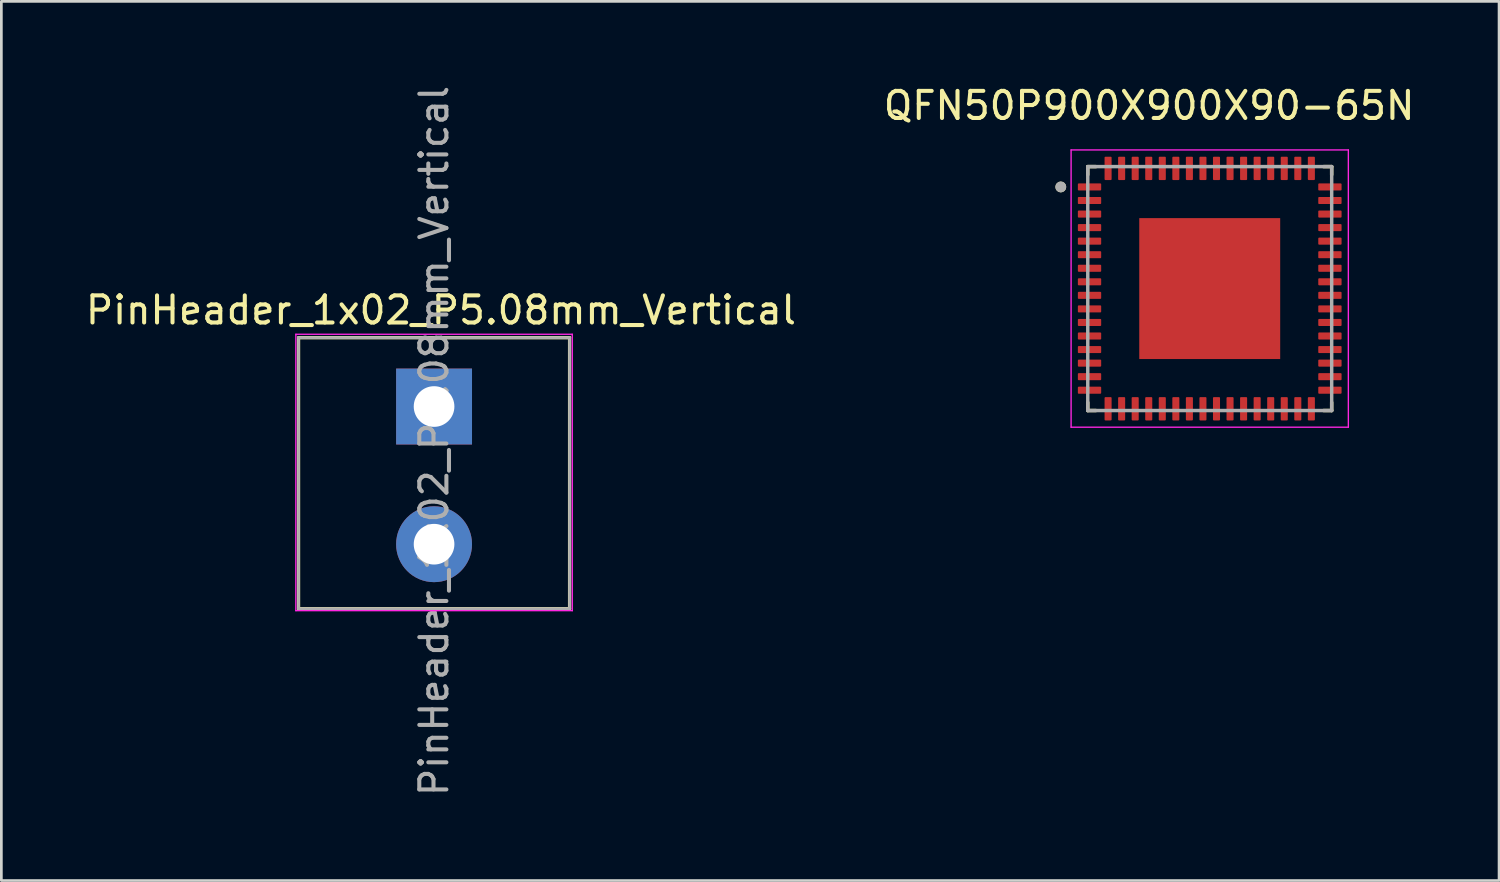
<source format=kicad_pcb>
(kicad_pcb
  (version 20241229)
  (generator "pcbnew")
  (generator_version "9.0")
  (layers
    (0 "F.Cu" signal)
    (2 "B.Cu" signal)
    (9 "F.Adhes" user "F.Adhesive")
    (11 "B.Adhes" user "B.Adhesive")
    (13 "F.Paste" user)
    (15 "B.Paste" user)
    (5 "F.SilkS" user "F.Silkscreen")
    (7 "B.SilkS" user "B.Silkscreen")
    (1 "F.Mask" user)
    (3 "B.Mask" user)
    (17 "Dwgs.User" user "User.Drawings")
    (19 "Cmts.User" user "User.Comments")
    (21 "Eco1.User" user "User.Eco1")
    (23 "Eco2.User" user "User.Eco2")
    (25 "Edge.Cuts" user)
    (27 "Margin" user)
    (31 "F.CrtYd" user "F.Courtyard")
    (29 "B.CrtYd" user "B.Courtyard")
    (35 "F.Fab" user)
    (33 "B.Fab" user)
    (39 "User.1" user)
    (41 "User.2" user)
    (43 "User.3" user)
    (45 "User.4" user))
  (footprint "PinHeader_1x02_P5.08mm_Vertical"
    (layer "F.Cu")
    (at 12.966 11.95)
    (property "Reference" "PinHeader_1x02_P5.08mm_Vertical" (at 0.254 -3.556 0) (layer "F.SilkS") (effects (font (size 1 1) (thickness 0.15))))
    (attr through_hole)
    (fp_line (start -5 -2.54) (end -5 7.46) (stroke (width 0.12) (type solid)) (layer "F.SilkS"))
    (fp_line (start -5 -2.54) (end 5 -2.54) (stroke (width 0.12) (type solid)) (layer "F.SilkS"))
    (fp_line (start -5 7.46) (end 5 7.46) (stroke (width 0.12) (type solid)) (layer "F.SilkS"))
    (fp_line (start 5 -2.54) (end 5 7.46) (stroke (width 0.12) (type solid)) (layer "F.SilkS"))
    (fp_line (start -5.1 -2.667) (end -5.1 7.533) (stroke (width 0.05) (type solid)) (layer "F.CrtYd"))
    (fp_line (start -5.1 7.533) (end 5.1 7.533) (stroke (width 0.05) (type solid)) (layer "F.CrtYd"))
    (fp_line (start 5.1 -2.667) (end -5.1 -2.667) (stroke (width 0.05) (type solid)) (layer "F.CrtYd"))
    (fp_line (start 5.1 7.533) (end 5.1 -2.667) (stroke (width 0.05) (type solid)) (layer "F.CrtYd"))
    (fp_line (start -5 -2.54) (end 5 -2.54) (stroke (width 0.1) (type solid)) (layer "F.Fab"))
    (fp_line (start -5 7.46) (end -5 -2.54) (stroke (width 0.1) (type solid)) (layer "F.Fab"))
    (fp_line (start 5 -2.54) (end 5 7.46) (stroke (width 0.1) (type solid)) (layer "F.Fab"))
    (fp_line (start 5 7.46) (end -5 7.46) (stroke (width 0.1) (type solid)) (layer "F.Fab"))
    (fp_text user "${REFERENCE}" (at 0 1.27 90) (layer "F.Fab") (effects (font (size 1 1) (thickness 0.15))))
    (pad "1" thru_hole rect (at 0 0) (size 2.8 2.8) (drill 1.5) (layers "*.Cu" "*.Mask"))
    (pad "2" thru_hole oval (at 0 5.08) (size 2.8 2.8) (drill 1.5) (layers "*.Cu" "*.Mask")))
  (footprint "QFN50P900X900X90-65N"
    (layer "F.Cu")
    (at 41.586 7.598)
    (property "Reference" "QFN50P900X900X90-65N" (at -2.235 -6.75 0) (layer "F.SilkS") (effects (font (size 1 1) (thickness 0.15))))
    (attr smd)
    (fp_line (start -4.5 -4.5) (end -4.5 -4.2) (stroke (width 0.127) (type solid)) (layer "F.SilkS"))
    (fp_line (start -4.5 -4.5) (end -4.2 -4.5) (stroke (width 0.127) (type solid)) (layer "F.SilkS"))
    (fp_line (start -4.5 4.5) (end -4.5 4.2) (stroke (width 0.127) (type solid)) (layer "F.SilkS"))
    (fp_line (start -4.5 4.5) (end -4.2 4.5) (stroke (width 0.127) (type solid)) (layer "F.SilkS"))
    (fp_line (start 4.5 -4.5) (end 4.2 -4.5) (stroke (width 0.127) (type solid)) (layer "F.SilkS"))
    (fp_line (start 4.5 -4.5) (end 4.5 -4.2) (stroke (width 0.127) (type solid)) (layer "F.SilkS"))
    (fp_line (start 4.5 4.5) (end 4.2 4.5) (stroke (width 0.127) (type solid)) (layer "F.SilkS"))
    (fp_line (start 4.5 4.5) (end 4.5 4.2) (stroke (width 0.127) (type solid)) (layer "F.SilkS"))
    (fp_circle (center -5.495 -3.75) (end -5.395 -3.75) (stroke (width 0.2) (type solid)) (fill no) (layer "F.SilkS"))
    (fp_poly (pts (xy -2.12 -2.12) (xy -0.48 -2.12) (xy -0.48 -0.48) (xy -2.12 -0.48)) (stroke (width 0.01) (type solid)) (fill yes) (layer "F.Paste"))
    (fp_poly (pts (xy -2.12 0.48) (xy -0.48 0.48) (xy -0.48 2.12) (xy -2.12 2.12)) (stroke (width 0.01) (type solid)) (fill yes) (layer "F.Paste"))
    (fp_poly (pts (xy 0.48 -2.12) (xy 2.12 -2.12) (xy 2.12 -0.48) (xy 0.48 -0.48)) (stroke (width 0.01) (type solid)) (fill yes) (layer "F.Paste"))
    (fp_poly (pts (xy 0.48 0.48) (xy 2.12 0.48) (xy 2.12 2.12) (xy 0.48 2.12)) (stroke (width 0.01) (type solid)) (fill yes) (layer "F.Paste"))
    (fp_line (start -5.115 -5.115) (end 5.115 -5.115) (stroke (width 0.05) (type solid)) (layer "F.CrtYd"))
    (fp_line (start -5.115 5.115) (end -5.115 -5.115) (stroke (width 0.05) (type solid)) (layer "F.CrtYd"))
    (fp_line (start -5.115 5.115) (end 5.115 5.115) (stroke (width 0.05) (type solid)) (layer "F.CrtYd"))
    (fp_line (start 5.115 5.115) (end 5.115 -5.115) (stroke (width 0.05) (type solid)) (layer "F.CrtYd"))
    (fp_line (start -4.5 4.5) (end -4.5 -4.5) (stroke (width 0.127) (type solid)) (layer "F.Fab"))
    (fp_line (start 4.5 -4.5) (end -4.5 -4.5) (stroke (width 0.127) (type solid)) (layer "F.Fab"))
    (fp_line (start 4.5 4.5) (end -4.5 4.5) (stroke (width 0.127) (type solid)) (layer "F.Fab"))
    (fp_line (start 4.5 4.5) (end 4.5 -4.5) (stroke (width 0.127) (type solid)) (layer "F.Fab"))
    (fp_circle (center -5.495 -3.75) (end -5.395 -3.75) (stroke (width 0.2) (type solid)) (fill no) (layer "F.Fab"))
    (pad "1" smd roundrect (at -4.435 -3.75) (size 0.86 0.26) (layers "F.Cu" "F.Mask" "F.Paste") (roundrect_rratio 0.125))
    (pad "2" smd roundrect (at -4.435 -3.25) (size 0.86 0.26) (layers "F.Cu" "F.Mask" "F.Paste") (roundrect_rratio 0.125))
    (pad "3" smd roundrect (at -4.435 -2.75) (size 0.86 0.26) (layers "F.Cu" "F.Mask" "F.Paste") (roundrect_rratio 0.125))
    (pad "4" smd roundrect (at -4.435 -2.25) (size 0.86 0.26) (layers "F.Cu" "F.Mask" "F.Paste") (roundrect_rratio 0.125))
    (pad "5" smd roundrect (at -4.435 -1.75) (size 0.86 0.26) (layers "F.Cu" "F.Mask" "F.Paste") (roundrect_rratio 0.125))
    (pad "6" smd roundrect (at -4.435 -1.25) (size 0.86 0.26) (layers "F.Cu" "F.Mask" "F.Paste") (roundrect_rratio 0.125))
    (pad "7" smd roundrect (at -4.435 -0.75) (size 0.86 0.26) (layers "F.Cu" "F.Mask" "F.Paste") (roundrect_rratio 0.125))
    (pad "8" smd roundrect (at -4.435 -0.25) (size 0.86 0.26) (layers "F.Cu" "F.Mask" "F.Paste") (roundrect_rratio 0.125))
    (pad "9" smd roundrect (at -4.435 0.25) (size 0.86 0.26) (layers "F.Cu" "F.Mask" "F.Paste") (roundrect_rratio 0.125))
    (pad "10" smd roundrect (at -4.435 0.75) (size 0.86 0.26) (layers "F.Cu" "F.Mask" "F.Paste") (roundrect_rratio 0.125))
    (pad "11" smd roundrect (at -4.435 1.25) (size 0.86 0.26) (layers "F.Cu" "F.Mask" "F.Paste") (roundrect_rratio 0.125))
    (pad "12" smd roundrect (at -4.435 1.75) (size 0.86 0.26) (layers "F.Cu" "F.Mask" "F.Paste") (roundrect_rratio 0.125))
    (pad "13" smd roundrect (at -4.435 2.25) (size 0.86 0.26) (layers "F.Cu" "F.Mask" "F.Paste") (roundrect_rratio 0.125))
    (pad "14" smd roundrect (at -4.435 2.75) (size 0.86 0.26) (layers "F.Cu" "F.Mask" "F.Paste") (roundrect_rratio 0.125))
    (pad "15" smd roundrect (at -4.435 3.25) (size 0.86 0.26) (layers "F.Cu" "F.Mask" "F.Paste") (roundrect_rratio 0.125))
    (pad "16" smd roundrect (at -4.435 3.75) (size 0.86 0.26) (layers "F.Cu" "F.Mask" "F.Paste") (roundrect_rratio 0.125))
    (pad "17" smd roundrect (at -3.75 4.435) (size 0.26 0.86) (layers "F.Cu" "F.Mask" "F.Paste") (roundrect_rratio 0.125))
    (pad "18" smd roundrect (at -3.25 4.435) (size 0.26 0.86) (layers "F.Cu" "F.Mask" "F.Paste") (roundrect_rratio 0.125))
    (pad "19" smd roundrect (at -2.75 4.435) (size 0.26 0.86) (layers "F.Cu" "F.Mask" "F.Paste") (roundrect_rratio 0.125))
    (pad "20" smd roundrect (at -2.25 4.435) (size 0.26 0.86) (layers "F.Cu" "F.Mask" "F.Paste") (roundrect_rratio 0.125))
    (pad "21" smd roundrect (at -1.75 4.435) (size 0.26 0.86) (layers "F.Cu" "F.Mask" "F.Paste") (roundrect_rratio 0.125))
    (pad "22" smd roundrect (at -1.25 4.435) (size 0.26 0.86) (layers "F.Cu" "F.Mask" "F.Paste") (roundrect_rratio 0.125))
    (pad "23" smd roundrect (at -0.75 4.435) (size 0.26 0.86) (layers "F.Cu" "F.Mask" "F.Paste") (roundrect_rratio 0.125))
    (pad "24" smd roundrect (at -0.25 4.435) (size 0.26 0.86) (layers "F.Cu" "F.Mask" "F.Paste") (roundrect_rratio 0.125))
    (pad "25" smd roundrect (at 0.25 4.435) (size 0.26 0.86) (layers "F.Cu" "F.Mask" "F.Paste") (roundrect_rratio 0.125))
    (pad "26" smd roundrect (at 0.75 4.435) (size 0.26 0.86) (layers "F.Cu" "F.Mask" "F.Paste") (roundrect_rratio 0.125))
    (pad "27" smd roundrect (at 1.25 4.435) (size 0.26 0.86) (layers "F.Cu" "F.Mask" "F.Paste") (roundrect_rratio 0.125))
    (pad "28" smd roundrect (at 1.75 4.435) (size 0.26 0.86) (layers "F.Cu" "F.Mask" "F.Paste") (roundrect_rratio 0.125))
    (pad "29" smd roundrect (at 2.25 4.435) (size 0.26 0.86) (layers "F.Cu" "F.Mask" "F.Paste") (roundrect_rratio 0.125))
    (pad "30" smd roundrect (at 2.75 4.435) (size 0.26 0.86) (layers "F.Cu" "F.Mask" "F.Paste") (roundrect_rratio 0.125))
    (pad "31" smd roundrect (at 3.25 4.435) (size 0.26 0.86) (layers "F.Cu" "F.Mask" "F.Paste") (roundrect_rratio 0.125))
    (pad "32" smd roundrect (at 3.75 4.435) (size 0.26 0.86) (layers "F.Cu" "F.Mask" "F.Paste") (roundrect_rratio 0.125))
    (pad "33" smd roundrect (at 4.435 3.75) (size 0.86 0.26) (layers "F.Cu" "F.Mask" "F.Paste") (roundrect_rratio 0.125))
    (pad "34" smd roundrect (at 4.435 3.25) (size 0.86 0.26) (layers "F.Cu" "F.Mask" "F.Paste") (roundrect_rratio 0.125))
    (pad "35" smd roundrect (at 4.435 2.75) (size 0.86 0.26) (layers "F.Cu" "F.Mask" "F.Paste") (roundrect_rratio 0.125))
    (pad "36" smd roundrect (at 4.435 2.25) (size 0.86 0.26) (layers "F.Cu" "F.Mask" "F.Paste") (roundrect_rratio 0.125))
    (pad "37" smd roundrect (at 4.435 1.75) (size 0.86 0.26) (layers "F.Cu" "F.Mask" "F.Paste") (roundrect_rratio 0.125))
    (pad "38" smd roundrect (at 4.435 1.25) (size 0.86 0.26) (layers "F.Cu" "F.Mask" "F.Paste") (roundrect_rratio 0.125))
    (pad "39" smd roundrect (at 4.435 0.75) (size 0.86 0.26) (layers "F.Cu" "F.Mask" "F.Paste") (roundrect_rratio 0.125))
    (pad "40" smd roundrect (at 4.435 0.25) (size 0.86 0.26) (layers "F.Cu" "F.Mask" "F.Paste") (roundrect_rratio 0.125))
    (pad "41" smd roundrect (at 4.435 -0.25) (size 0.86 0.26) (layers "F.Cu" "F.Mask" "F.Paste") (roundrect_rratio 0.125))
    (pad "42" smd roundrect (at 4.435 -0.75) (size 0.86 0.26) (layers "F.Cu" "F.Mask" "F.Paste") (roundrect_rratio 0.125))
    (pad "43" smd roundrect (at 4.435 -1.25) (size 0.86 0.26) (layers "F.Cu" "F.Mask" "F.Paste") (roundrect_rratio 0.125))
    (pad "44" smd roundrect (at 4.435 -1.75) (size 0.86 0.26) (layers "F.Cu" "F.Mask" "F.Paste") (roundrect_rratio 0.125))
    (pad "45" smd roundrect (at 4.435 -2.25) (size 0.86 0.26) (layers "F.Cu" "F.Mask" "F.Paste") (roundrect_rratio 0.125))
    (pad "46" smd roundrect (at 4.435 -2.75) (size 0.86 0.26) (layers "F.Cu" "F.Mask" "F.Paste") (roundrect_rratio 0.125))
    (pad "47" smd roundrect (at 4.435 -3.25) (size 0.86 0.26) (layers "F.Cu" "F.Mask" "F.Paste") (roundrect_rratio 0.125))
    (pad "48" smd roundrect (at 4.435 -3.75) (size 0.86 0.26) (layers "F.Cu" "F.Mask" "F.Paste") (roundrect_rratio 0.125))
    (pad "49" smd roundrect (at 3.75 -4.435) (size 0.26 0.86) (layers "F.Cu" "F.Mask" "F.Paste") (roundrect_rratio 0.125))
    (pad "50" smd roundrect (at 3.25 -4.435) (size 0.26 0.86) (layers "F.Cu" "F.Mask" "F.Paste") (roundrect_rratio 0.125))
    (pad "51" smd roundrect (at 2.75 -4.435) (size 0.26 0.86) (layers "F.Cu" "F.Mask" "F.Paste") (roundrect_rratio 0.125))
    (pad "52" smd roundrect (at 2.25 -4.435) (size 0.26 0.86) (layers "F.Cu" "F.Mask" "F.Paste") (roundrect_rratio 0.125))
    (pad "53" smd roundrect (at 1.75 -4.435) (size 0.26 0.86) (layers "F.Cu" "F.Mask" "F.Paste") (roundrect_rratio 0.125))
    (pad "54" smd roundrect (at 1.25 -4.435) (size 0.26 0.86) (layers "F.Cu" "F.Mask" "F.Paste") (roundrect_rratio 0.125))
    (pad "55" smd roundrect (at 0.75 -4.435) (size 0.26 0.86) (layers "F.Cu" "F.Mask" "F.Paste") (roundrect_rratio 0.125))
    (pad "56" smd roundrect (at 0.25 -4.435) (size 0.26 0.86) (layers "F.Cu" "F.Mask" "F.Paste") (roundrect_rratio 0.125))
    (pad "57" smd roundrect (at -0.25 -4.435) (size 0.26 0.86) (layers "F.Cu" "F.Mask" "F.Paste") (roundrect_rratio 0.125))
    (pad "58" smd roundrect (at -0.75 -4.435) (size 0.26 0.86) (layers "F.Cu" "F.Mask" "F.Paste") (roundrect_rratio 0.125))
    (pad "59" smd roundrect (at -1.25 -4.435) (size 0.26 0.86) (layers "F.Cu" "F.Mask" "F.Paste") (roundrect_rratio 0.125))
    (pad "60" smd roundrect (at -1.75 -4.435) (size 0.26 0.86) (layers "F.Cu" "F.Mask" "F.Paste") (roundrect_rratio 0.125))
    (pad "61" smd roundrect (at -2.25 -4.435) (size 0.26 0.86) (layers "F.Cu" "F.Mask" "F.Paste") (roundrect_rratio 0.125))
    (pad "62" smd roundrect (at -2.75 -4.435) (size 0.26 0.86) (layers "F.Cu" "F.Mask" "F.Paste") (roundrect_rratio 0.125))
    (pad "63" smd roundrect (at -3.25 -4.435) (size 0.26 0.86) (layers "F.Cu" "F.Mask" "F.Paste") (roundrect_rratio 0.125))
    (pad "64" smd roundrect (at -3.75 -4.435) (size 0.26 0.86) (layers "F.Cu" "F.Mask" "F.Paste") (roundrect_rratio 0.125))
    (pad "65" smd rect (at 0 0) (size 5.2 5.2) (layers "F.Cu" "F.Mask")))
  (gr_rect
    (start -3 -3)
    (end 52.262 29.44)
    (stroke (width 0.1) (type default))
    (fill no)
    (layer "Edge.Cuts")))
</source>
